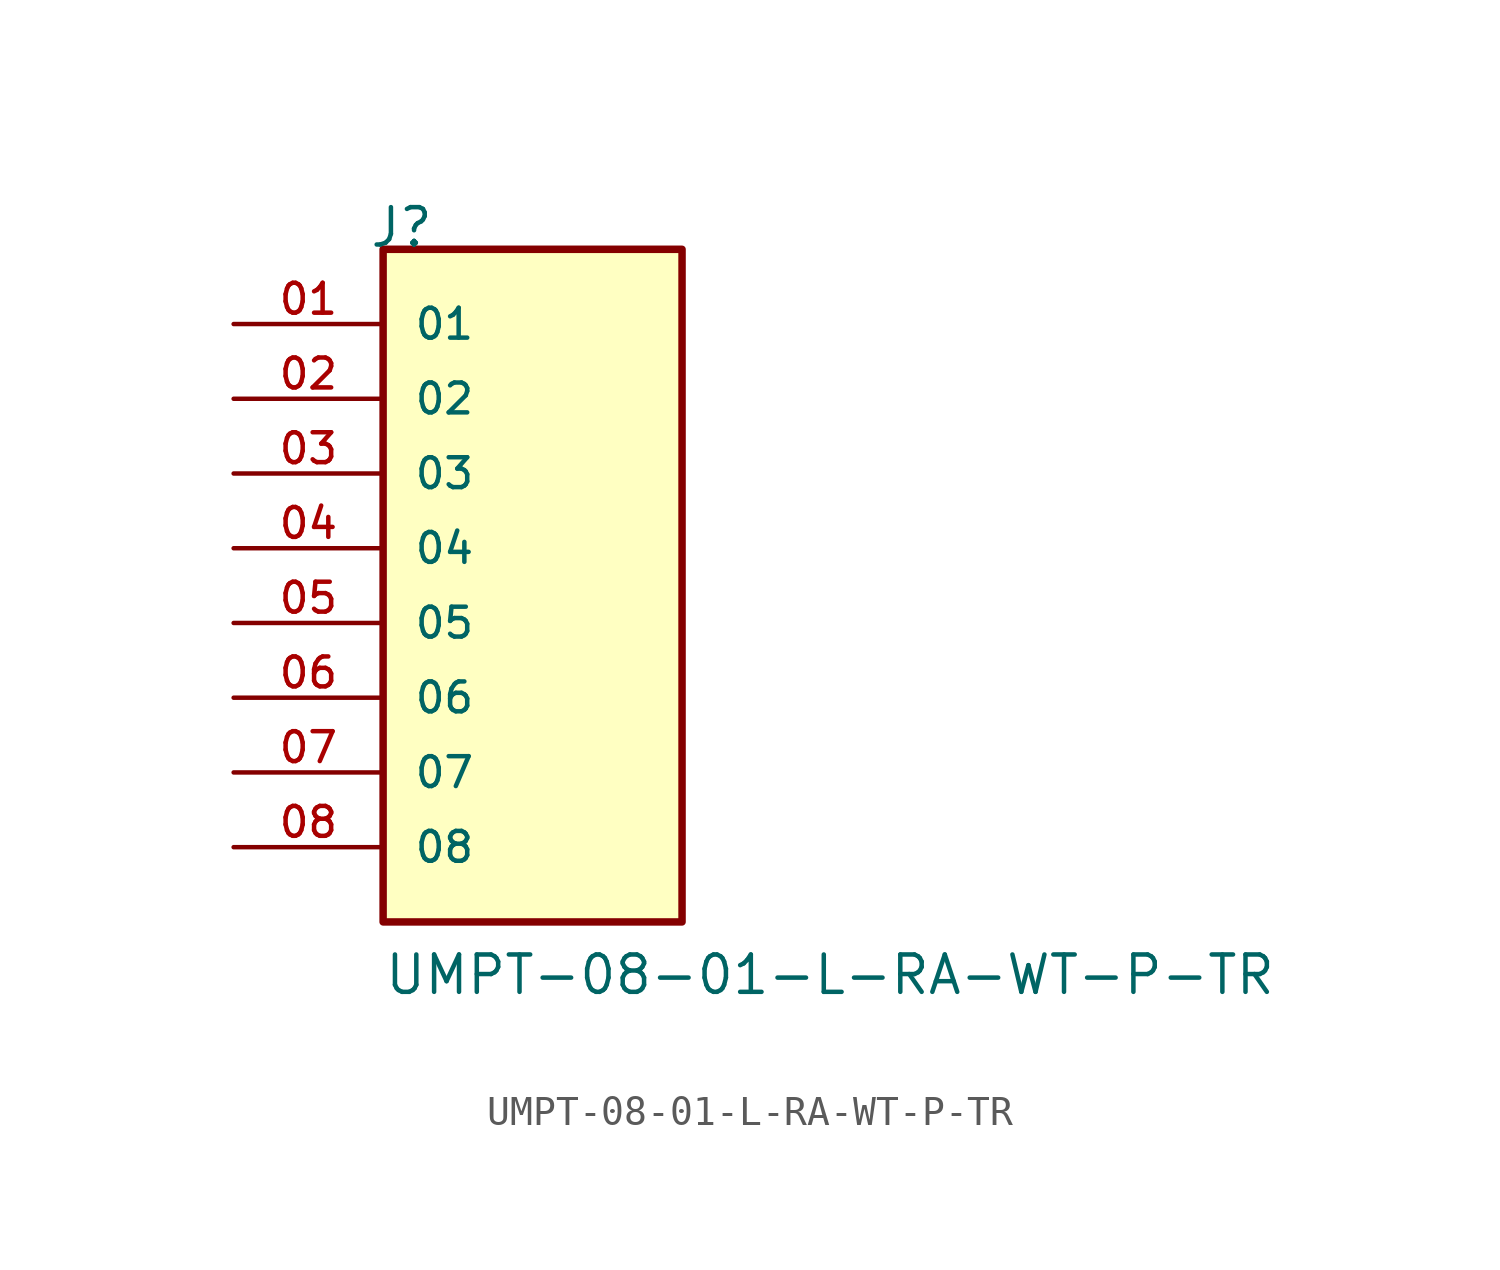
<source format=kicad_sym>
(kicad_symbol_lib
  (version 20211014)
  (generator kicad_symbol_editor)
  (symbol "UMPT-08-01-L-RA-WT-P-TR"
    (pin_names
      (offset 1.016))
    (property "Reference" "J"
      (at -5.58 12.7 0)
      (effects (font (size 1.27 1.27)) (justify bottom left)))
    (property "Value" "UMPT-08-01-L-RA-WT-P-TR"
      (at -5.08 -12.7 0)
      (effects (font (size 1.27 1.27)) (justify bottom left)))
    (symbol "UMPT-08-01-L-RA-WT-P-TR_0_0"
      (rectangle (start -5.08 -10.16) (end 5.08 12.7) (stroke (width 0.254)) (fill (type background)))
      (pin passive line (at -10.16 10.16 0) (length 5.08) (name "01" (effects (font (size 1.016 1.016)))) (number "01" (effects (font (size 1.016 1.016)))))
      (pin passive line (at -10.16 7.62 0) (length 5.08) (name "02" (effects (font (size 1.016 1.016)))) (number "02" (effects (font (size 1.016 1.016)))))
      (pin passive line (at -10.16 5.08 0) (length 5.08) (name "03" (effects (font (size 1.016 1.016)))) (number "03" (effects (font (size 1.016 1.016)))))
      (pin passive line (at -10.16 2.54 0) (length 5.08) (name "04" (effects (font (size 1.016 1.016)))) (number "04" (effects (font (size 1.016 1.016)))))
      (pin passive line (at -10.16 0.0 0) (length 5.08) (name "05" (effects (font (size 1.016 1.016)))) (number "05" (effects (font (size 1.016 1.016)))))
      (pin passive line (at -10.16 -2.54 0) (length 5.08) (name "06" (effects (font (size 1.016 1.016)))) (number "06" (effects (font (size 1.016 1.016)))))
      (pin passive line (at -10.16 -5.08 0) (length 5.08) (name "07" (effects (font (size 1.016 1.016)))) (number "07" (effects (font (size 1.016 1.016)))))
      (pin passive line (at -10.16 -7.62 0) (length 5.08) (name "08" (effects (font (size 1.016 1.016)))) (number "08" (effects (font (size 1.016 1.016))))))))
</source>
